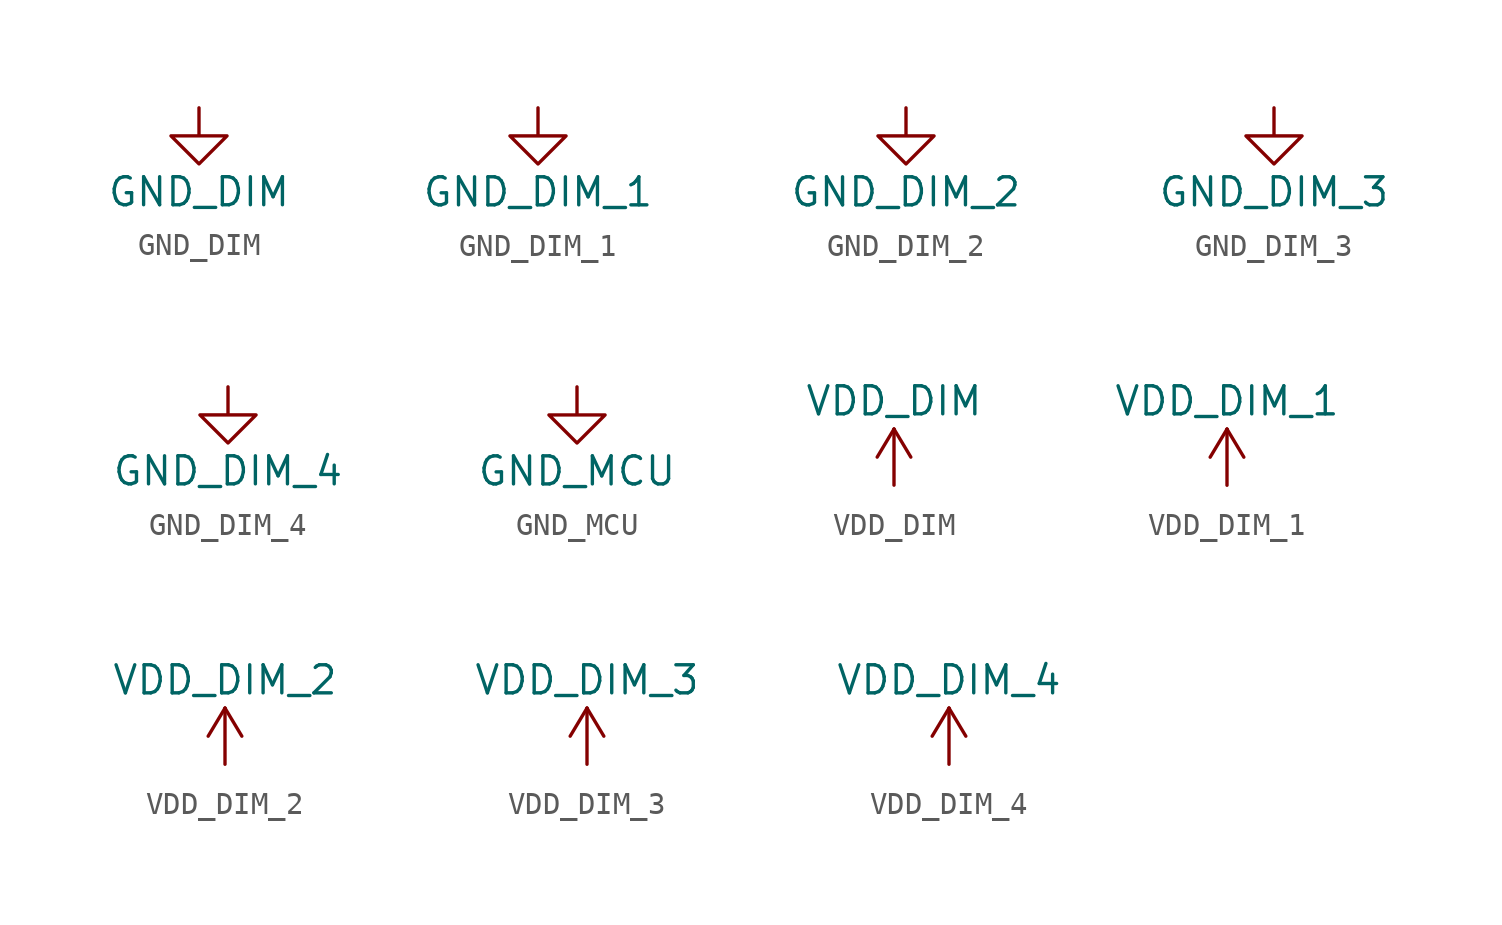
<source format=kicad_sym>
(kicad_symbol_lib
  (version 20220914)
  (generator kicad_symbol_editor)
  (symbol "GND_DIM"
    (power)
    (pin_names
      (offset 0))
    (property "Reference" "#PWR"
      (at 0 -6.35 0)
      (effects (font (size 1.27 1.27)) hide))
    (property "Value" "GND_DIM"
      (at 0 -3.81 0)
      (effects (font (size 1.27 1.27))))
    (symbol "GND_DIM_0_1"
      (polyline (pts (xy 0 0) (xy 0 -1.27) (xy 1.27 -1.27) (xy 0 -2.54) (xy -1.27 -1.27) (xy 0 -1.27)) (stroke (width 0) (type default)) (fill (type none))))
    (symbol "GND_DIM_1_1"
      (pin power_in line (at 0 0 270) (length 0) hide (name "GND_DIM" (effects (font (size 1.27 1.27)))) (number "1" (effects (font (size 1.27 1.27)))))))
  (symbol "GND_DIM_1"
    (power)
    (pin_names
      (offset 0))
    (property "Reference" "#PWR"
      (at 0 -6.35 0)
      (effects (font (size 1.27 1.27)) hide))
    (property "Value" "GND_DIM_1"
      (at 0 -3.81 0)
      (effects (font (size 1.27 1.27))))
    (symbol "GND_DIM_1_0_1"
      (polyline (pts (xy 0 0) (xy 0 -1.27) (xy 1.27 -1.27) (xy 0 -2.54) (xy -1.27 -1.27) (xy 0 -1.27)) (stroke (width 0) (type default)) (fill (type none))))
    (symbol "GND_DIM_1_1_1"
      (pin power_in line (at 0 0 270) (length 0) hide (name "GND_DIM_1" (effects (font (size 1.27 1.27)))) (number "1" (effects (font (size 1.27 1.27)))))))
  (symbol "GND_DIM_2"
    (power)
    (pin_names
      (offset 0))
    (property "Reference" "#PWR"
      (at 0 -6.35 0)
      (effects (font (size 1.27 1.27)) hide))
    (property "Value" "GND_DIM_2"
      (at 0 -3.81 0)
      (effects (font (size 1.27 1.27))))
    (symbol "GND_DIM_2_0_1"
      (polyline (pts (xy 0 0) (xy 0 -1.27) (xy 1.27 -1.27) (xy 0 -2.54) (xy -1.27 -1.27) (xy 0 -1.27)) (stroke (width 0) (type default)) (fill (type none))))
    (symbol "GND_DIM_2_1_1"
      (pin power_in line (at 0 0 270) (length 0) hide (name "GND_DIM_2" (effects (font (size 1.27 1.27)))) (number "1" (effects (font (size 1.27 1.27)))))))
  (symbol "GND_DIM_3"
    (power)
    (pin_names
      (offset 0))
    (property "Reference" "#PWR"
      (at 0 -6.35 0)
      (effects (font (size 1.27 1.27)) hide))
    (property "Value" "GND_DIM_3"
      (at 0 -3.81 0)
      (effects (font (size 1.27 1.27))))
    (symbol "GND_DIM_3_0_1"
      (polyline (pts (xy 0 0) (xy 0 -1.27) (xy 1.27 -1.27) (xy 0 -2.54) (xy -1.27 -1.27) (xy 0 -1.27)) (stroke (width 0) (type default)) (fill (type none))))
    (symbol "GND_DIM_3_1_1"
      (pin power_in line (at 0 0 270) (length 0) hide (name "GND_DIM_3" (effects (font (size 1.27 1.27)))) (number "1" (effects (font (size 1.27 1.27)))))))
  (symbol "GND_DIM_4"
    (power)
    (pin_names
      (offset 0))
    (property "Reference" "#PWR"
      (at 0 -6.35 0)
      (effects (font (size 1.27 1.27)) hide))
    (property "Value" "GND_DIM_4"
      (at 0 -3.81 0)
      (effects (font (size 1.27 1.27))))
    (symbol "GND_DIM_4_0_1"
      (polyline (pts (xy 0 0) (xy 0 -1.27) (xy 1.27 -1.27) (xy 0 -2.54) (xy -1.27 -1.27) (xy 0 -1.27)) (stroke (width 0) (type default)) (fill (type none))))
    (symbol "GND_DIM_4_1_1"
      (pin power_in line (at 0 0 270) (length 0) hide (name "GND_DIM_4" (effects (font (size 1.27 1.27)))) (number "1" (effects (font (size 1.27 1.27)))))))
  (symbol "GND_MCU"
    (power)
    (pin_names
      (offset 0))
    (property "Reference" "#PWR"
      (at 0 -6.35 0)
      (effects (font (size 1.27 1.27)) hide))
    (property "Value" "GND_MCU"
      (at 0 -3.81 0)
      (effects (font (size 1.27 1.27))))
    (symbol "GND_MCU_0_1"
      (polyline (pts (xy 0 0) (xy 0 -1.27) (xy 1.27 -1.27) (xy 0 -2.54) (xy -1.27 -1.27) (xy 0 -1.27)) (stroke (width 0) (type default)) (fill (type none))))
    (symbol "GND_MCU_1_1"
      (pin power_in line (at 0 0 270) (length 0) hide (name "GND_MCU" (effects (font (size 1.27 1.27)))) (number "1" (effects (font (size 1.27 1.27)))))))
  (symbol "VDD_DIM"
    (power)
    (pin_names
      (offset 0))
    (property "Reference" "#PWR"
      (at 0 -3.81 0)
      (effects (font (size 1.27 1.27)) hide))
    (property "Value" "VDD_DIM"
      (at 0 3.81 0)
      (effects (font (size 1.27 1.27))))
    (symbol "VDD_DIM_0_1"
      (polyline (pts (xy -0.762 1.27) (xy 0 2.54)) (stroke (width 0) (type default)) (fill (type none)))
      (polyline (pts (xy 0 0) (xy 0 2.54)) (stroke (width 0) (type default)) (fill (type none)))
      (polyline (pts (xy 0 2.54) (xy 0.762 1.27)) (stroke (width 0) (type default)) (fill (type none))))
    (symbol "VDD_DIM_1_1"
      (pin power_in line (at 0 0 90) (length 0) hide (name "VDD_DIM" (effects (font (size 1.27 1.27)))) (number "1" (effects (font (size 1.27 1.27)))))))
  (symbol "VDD_DIM_1"
    (power)
    (pin_names
      (offset 0))
    (property "Reference" "#PWR"
      (at 0 -3.81 0)
      (effects (font (size 1.27 1.27)) hide))
    (property "Value" "VDD_DIM_1"
      (at 0 3.81 0)
      (effects (font (size 1.27 1.27))))
    (symbol "VDD_DIM_1_0_1"
      (polyline (pts (xy -0.762 1.27) (xy 0 2.54)) (stroke (width 0) (type default)) (fill (type none)))
      (polyline (pts (xy 0 0) (xy 0 2.54)) (stroke (width 0) (type default)) (fill (type none)))
      (polyline (pts (xy 0 2.54) (xy 0.762 1.27)) (stroke (width 0) (type default)) (fill (type none))))
    (symbol "VDD_DIM_1_1_1"
      (pin power_in line (at 0 0 90) (length 0) hide (name "VDD_DIM_1" (effects (font (size 1.27 1.27)))) (number "1" (effects (font (size 1.27 1.27)))))))
  (symbol "VDD_DIM_2"
    (power)
    (pin_names
      (offset 0))
    (property "Reference" "#PWR"
      (at 0 -3.81 0)
      (effects (font (size 1.27 1.27)) hide))
    (property "Value" "VDD_DIM_2"
      (at 0 3.81 0)
      (effects (font (size 1.27 1.27))))
    (symbol "VDD_DIM_2_0_1"
      (polyline (pts (xy -0.762 1.27) (xy 0 2.54)) (stroke (width 0) (type default)) (fill (type none)))
      (polyline (pts (xy 0 0) (xy 0 2.54)) (stroke (width 0) (type default)) (fill (type none)))
      (polyline (pts (xy 0 2.54) (xy 0.762 1.27)) (stroke (width 0) (type default)) (fill (type none))))
    (symbol "VDD_DIM_2_1_1"
      (pin power_in line (at 0 0 90) (length 0) hide (name "VDD_DIM_2" (effects (font (size 1.27 1.27)))) (number "1" (effects (font (size 1.27 1.27)))))))
  (symbol "VDD_DIM_3"
    (power)
    (pin_names
      (offset 0))
    (property "Reference" "#PWR"
      (at 0 -3.81 0)
      (effects (font (size 1.27 1.27)) hide))
    (property "Value" "VDD_DIM_3"
      (at 0 3.81 0)
      (effects (font (size 1.27 1.27))))
    (symbol "VDD_DIM_3_0_1"
      (polyline (pts (xy -0.762 1.27) (xy 0 2.54)) (stroke (width 0) (type default)) (fill (type none)))
      (polyline (pts (xy 0 0) (xy 0 2.54)) (stroke (width 0) (type default)) (fill (type none)))
      (polyline (pts (xy 0 2.54) (xy 0.762 1.27)) (stroke (width 0) (type default)) (fill (type none))))
    (symbol "VDD_DIM_3_1_1"
      (pin power_in line (at 0 0 90) (length 0) hide (name "VDD_DIM_3" (effects (font (size 1.27 1.27)))) (number "1" (effects (font (size 1.27 1.27)))))))
  (symbol "VDD_DIM_4"
    (power)
    (pin_names
      (offset 0))
    (property "Reference" "#PWR"
      (at 0 -3.81 0)
      (effects (font (size 1.27 1.27)) hide))
    (property "Value" "VDD_DIM_4"
      (at 0 3.81 0)
      (effects (font (size 1.27 1.27))))
    (symbol "VDD_DIM_4_0_1"
      (polyline (pts (xy -0.762 1.27) (xy 0 2.54)) (stroke (width 0) (type default)) (fill (type none)))
      (polyline (pts (xy 0 0) (xy 0 2.54)) (stroke (width 0) (type default)) (fill (type none)))
      (polyline (pts (xy 0 2.54) (xy 0.762 1.27)) (stroke (width 0) (type default)) (fill (type none))))
    (symbol "VDD_DIM_4_1_1"
      (pin power_in line (at 0 0 90) (length 0) hide (name "VDD_DIM_4" (effects (font (size 1.27 1.27)))) (number "1" (effects (font (size 1.27 1.27))))))))
</source>
